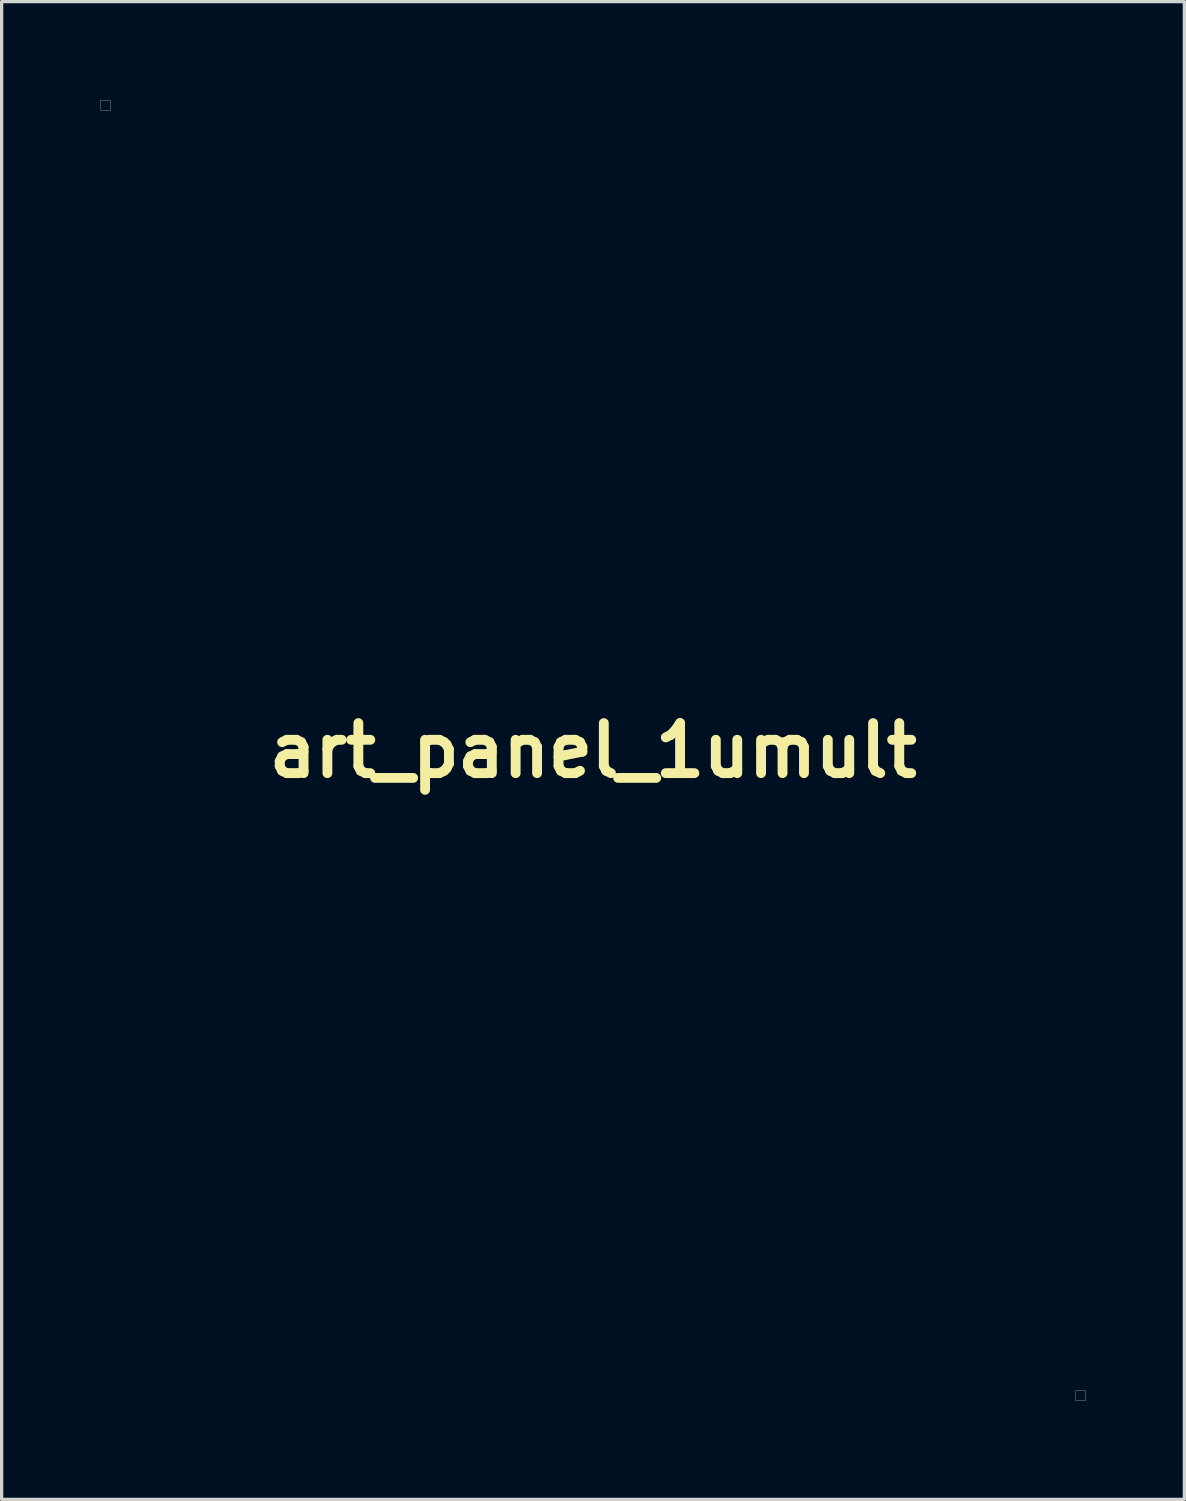
<source format=kicad_pcb>
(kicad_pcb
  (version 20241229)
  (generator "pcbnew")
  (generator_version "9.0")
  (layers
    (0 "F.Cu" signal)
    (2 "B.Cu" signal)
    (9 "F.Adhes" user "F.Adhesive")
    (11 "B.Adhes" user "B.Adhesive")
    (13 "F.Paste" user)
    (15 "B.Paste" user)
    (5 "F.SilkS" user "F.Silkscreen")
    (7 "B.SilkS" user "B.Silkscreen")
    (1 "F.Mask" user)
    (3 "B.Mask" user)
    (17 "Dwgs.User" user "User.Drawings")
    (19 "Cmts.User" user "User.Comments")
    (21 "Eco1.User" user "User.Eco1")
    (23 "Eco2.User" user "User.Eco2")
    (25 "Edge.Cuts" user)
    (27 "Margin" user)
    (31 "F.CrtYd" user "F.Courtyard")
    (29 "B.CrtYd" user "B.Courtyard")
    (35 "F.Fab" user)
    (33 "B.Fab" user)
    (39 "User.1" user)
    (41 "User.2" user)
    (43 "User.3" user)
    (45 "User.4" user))
  (footprint "art_panel_1umult"
    (layer "F.Cu")
    (at 15.012 19.806)
    (property "Reference" "art_panel_1umult" (at 0 0 0) (layer "F.SilkS") (effects (font (size 1.524 1.524) (thickness 0.3))))
    (attr through_hole)
    (fp_poly (pts (xy 6.42 -18.126) (xy 6.439 -18.104) (xy 6.447 -18.077) (xy 6.448 -18.055) (xy 6.445 -18.021) (xy 6.433 -17.997) (xy 6.42 -17.984) (xy 6.391 -17.96) (xy 5.673 -17.96) (xy 5.672 -16.809) (xy 5.672 -16.628) (xy 5.672 -16.467) (xy 5.672 -16.324) (xy 5.672 -16.199) (xy 5.672 -16.09) (xy 5.671 -15.997) (xy 5.671 -15.917) (xy 5.67 -15.85) (xy 5.669 -15.795) (xy 5.668 -15.749) (xy 5.667 -15.713) (xy 5.665 -15.685) (xy 5.663 -15.663) (xy 5.661 -15.646) (xy 5.659 -15.634) (xy 5.656 -15.625) (xy 5.653 -15.617) (xy 5.653 -15.616) (xy 5.622 -15.567) (xy 5.581 -15.527) (xy 5.542 -15.505) (xy 5.5 -15.496) (xy 5.451 -15.495) (xy 5.405 -15.502) (xy 5.382 -15.511) (xy 5.327 -15.549) (xy 5.287 -15.601) (xy 5.28 -15.616) (xy 5.277 -15.623) (xy 5.274 -15.632) (xy 5.272 -15.644) (xy 5.27 -15.659) (xy 5.268 -15.68) (xy 5.266 -15.708) (xy 5.265 -15.743) (xy 5.264 -15.786) (xy 5.263 -15.84) (xy 5.262 -15.905) (xy 5.261 -15.982) (xy 5.261 -16.074) (xy 5.261 -16.18) (xy 5.26 -16.302) (xy 5.26 -16.441) (xy 5.26 -16.599) (xy 5.26 -16.777) (xy 5.26 -16.809) (xy 5.26 -17.96) (xy 4.9 -17.96) (xy 4.539 -17.96) (xy 4.513 -17.986) (xy 4.494 -18.015) (xy 4.487 -18.052) (xy 4.487 -18.055) (xy 4.493 -18.093) (xy 4.511 -18.122) (xy 4.513 -18.124) (xy 4.539 -18.15) (xy 6.391 -18.15) (xy 6.42 -18.126)) (stroke (width 0.01) (type solid)) (fill yes) (layer "F.Mask"))
    (fp_poly (pts (xy 3.659 -18.14) (xy 3.709 -18.117) (xy 3.752 -18.081) (xy 3.785 -18.032) (xy 3.799 -17.991) (xy 3.801 -17.972) (xy 3.802 -17.931) (xy 3.804 -17.87) (xy 3.805 -17.789) (xy 3.807 -17.687) (xy 3.808 -17.566) (xy 3.808 -17.425) (xy 3.809 -17.264) (xy 3.809 -17.084) (xy 3.81 -16.886) (xy 3.81 -16.814) (xy 3.81 -15.684) (xy 4.338 -15.684) (xy 4.442 -15.684) (xy 4.541 -15.684) (xy 4.63 -15.683) (xy 4.71 -15.683) (xy 4.777 -15.682) (xy 4.83 -15.681) (xy 4.866 -15.679) (xy 4.883 -15.678) (xy 4.884 -15.678) (xy 4.902 -15.662) (xy 4.919 -15.634) (xy 4.93 -15.604) (xy 4.932 -15.59) (xy 4.924 -15.552) (xy 4.902 -15.52) (xy 4.883 -15.506) (xy 4.866 -15.503) (xy 4.83 -15.501) (xy 4.778 -15.499) (xy 4.711 -15.497) (xy 4.633 -15.495) (xy 4.544 -15.494) (xy 4.448 -15.494) (xy 4.346 -15.493) (xy 4.241 -15.493) (xy 4.135 -15.494) (xy 4.031 -15.494) (xy 3.931 -15.495) (xy 3.836 -15.496) (xy 3.749 -15.498) (xy 3.673 -15.5) (xy 3.61 -15.502) (xy 3.561 -15.504) (xy 3.53 -15.507) (xy 3.519 -15.509) (xy 3.489 -15.526) (xy 3.459 -15.549) (xy 3.458 -15.551) (xy 3.448 -15.559) (xy 3.44 -15.567) (xy 3.433 -15.575) (xy 3.426 -15.584) (xy 3.421 -15.597) (xy 3.416 -15.613) (xy 3.412 -15.635) (xy 3.408 -15.662) (xy 3.405 -15.698) (xy 3.403 -15.742) (xy 3.401 -15.796) (xy 3.4 -15.861) (xy 3.399 -15.938) (xy 3.398 -16.029) (xy 3.398 -16.134) (xy 3.397 -16.256) (xy 3.397 -16.394) (xy 3.397 -16.55) (xy 3.397 -16.726) (xy 3.397 -16.824) (xy 3.397 -17.996) (xy 3.42 -18.042) (xy 3.454 -18.092) (xy 3.499 -18.126) (xy 3.55 -18.145) (xy 3.605 -18.15) (xy 3.659 -18.14)) (stroke (width 0.01) (type solid)) (fill yes) (layer "F.Mask"))
    (fp_poly (pts (xy 0.009 1.589) (xy 0.033 1.608) (xy 0.073 1.64) (xy 0.127 1.684) (xy 0.195 1.74) (xy 0.277 1.806) (xy 0.371 1.882) (xy 0.477 1.969) (xy 0.595 2.065) (xy 0.724 2.17) (xy 0.863 2.284) (xy 1.011 2.405) (xy 1.169 2.534) (xy 1.335 2.67) (xy 1.509 2.812) (xy 1.69 2.96) (xy 1.878 3.114) (xy 2.072 3.272) (xy 2.271 3.435) (xy 2.475 3.602) (xy 2.677 3.768) (xy 5.346 5.953) (xy 5.305 5.989) (xy 5.257 6.031) (xy 5.201 6.079) (xy 5.139 6.13) (xy 5.076 6.183) (xy 5.012 6.235) (xy 4.95 6.285) (xy 4.893 6.33) (xy 4.842 6.369) (xy 4.801 6.401) (xy 4.771 6.422) (xy 4.755 6.432) (xy 4.746 6.425) (xy 4.721 6.406) (xy 4.682 6.375) (xy 4.627 6.331) (xy 4.559 6.277) (xy 4.478 6.211) (xy 4.384 6.135) (xy 4.279 6.05) (xy 4.162 5.955) (xy 4.035 5.852) (xy 3.898 5.74) (xy 3.751 5.621) (xy 3.596 5.495) (xy 3.434 5.362) (xy 3.263 5.223) (xy 3.087 5.079) (xy 2.904 4.929) (xy 2.716 4.775) (xy 2.523 4.618) (xy 2.371 4.494) (xy -0.000082 2.551) (xy -2.371 4.493) (xy -2.566 4.653) (xy -2.758 4.81) (xy -2.945 4.963) (xy -3.126 5.112) (xy -3.302 5.255) (xy -3.47 5.393) (xy -3.631 5.524) (xy -3.784 5.649) (xy -3.928 5.767) (xy -4.062 5.877) (xy -4.187 5.978) (xy -4.301 6.071) (xy -4.403 6.155) (xy -4.494 6.228) (xy -4.572 6.292) (xy -4.636 6.344) (xy -4.687 6.385) (xy -4.723 6.414) (xy -4.744 6.431) (xy -4.749 6.435) (xy -4.76 6.429) (xy -4.784 6.411) (xy -4.819 6.386) (xy -4.862 6.354) (xy -4.89 6.332) (xy -4.96 6.277) (xy -5.039 6.213) (xy -5.121 6.146) (xy -5.201 6.079) (xy -5.272 6.018) (xy -5.305 5.989) (xy -5.346 5.953) (xy -2.677 3.768) (xy -2.469 3.597) (xy -2.265 3.43) (xy -2.066 3.267) (xy -1.873 3.109) (xy -1.685 2.956) (xy -1.504 2.808) (xy -1.33 2.665) (xy -1.164 2.53) (xy -1.007 2.401) (xy -0.859 2.28) (xy -0.72 2.167) (xy -0.592 2.062) (xy -0.474 1.966) (xy -0.368 1.88) (xy -0.274 1.804) (xy -0.193 1.738) (xy -0.126 1.683) (xy -0.072 1.639) (xy -0.032 1.608) (xy -0.008 1.588) (xy -0.000112 1.582) (xy 0.009 1.589)) (stroke (width 0.01) (type solid)) (fill yes) (layer "F.Mask"))
    (fp_poly (pts (xy 2.977 -18.148) (xy 3.019 -18.136) (xy 3.065 -18.107) (xy 3.102 -18.062) (xy 3.128 -18.007) (xy 3.133 -17.99) (xy 3.135 -17.971) (xy 3.137 -17.94) (xy 3.139 -17.896) (xy 3.14 -17.837) (xy 3.141 -17.763) (xy 3.142 -17.672) (xy 3.142 -17.564) (xy 3.142 -17.437) (xy 3.142 -17.291) (xy 3.141 -17.15) (xy 3.137 -16.367) (xy 3.108 -16.261) (xy 3.058 -16.113) (xy 2.991 -15.978) (xy 2.907 -15.855) (xy 2.808 -15.747) (xy 2.694 -15.653) (xy 2.567 -15.574) (xy 2.426 -15.512) (xy 2.353 -15.488) (xy 2.273 -15.47) (xy 2.18 -15.458) (xy 2.081 -15.454) (xy 1.984 -15.456) (xy 1.895 -15.465) (xy 1.862 -15.472) (xy 1.717 -15.514) (xy 1.581 -15.574) (xy 1.457 -15.652) (xy 1.345 -15.745) (xy 1.247 -15.854) (xy 1.163 -15.977) (xy 1.094 -16.112) (xy 1.051 -16.23) (xy 1.022 -16.325) (xy 1.015 -17.994) (xy 1.038 -18.041) (xy 1.072 -18.091) (xy 1.118 -18.125) (xy 1.17 -18.144) (xy 1.226 -18.149) (xy 1.282 -18.139) (xy 1.334 -18.114) (xy 1.379 -18.075) (xy 1.411 -18.024) (xy 1.414 -18.011) (xy 1.416 -17.984) (xy 1.418 -17.942) (xy 1.42 -17.883) (xy 1.422 -17.808) (xy 1.424 -17.716) (xy 1.425 -17.605) (xy 1.427 -17.476) (xy 1.428 -17.327) (xy 1.429 -17.157) (xy 1.429 -17.15) (xy 1.43 -16.997) (xy 1.431 -16.863) (xy 1.432 -16.747) (xy 1.433 -16.648) (xy 1.434 -16.564) (xy 1.435 -16.493) (xy 1.436 -16.435) (xy 1.438 -16.388) (xy 1.439 -16.35) (xy 1.441 -16.319) (xy 1.444 -16.295) (xy 1.446 -16.276) (xy 1.449 -16.26) (xy 1.453 -16.245) (xy 1.457 -16.231) (xy 1.459 -16.226) (xy 1.496 -16.117) (xy 1.539 -16.023) (xy 1.583 -15.947) (xy 1.631 -15.878) (xy 1.679 -15.823) (xy 1.732 -15.776) (xy 1.778 -15.742) (xy 1.875 -15.689) (xy 1.973 -15.656) (xy 2.071 -15.645) (xy 2.17 -15.655) (xy 2.269 -15.686) (xy 2.303 -15.702) (xy 2.394 -15.758) (xy 2.478 -15.832) (xy 2.553 -15.922) (xy 2.616 -16.026) (xy 2.666 -16.141) (xy 2.669 -16.15) (xy 2.679 -16.178) (xy 2.687 -16.203) (xy 2.694 -16.227) (xy 2.701 -16.252) (xy 2.706 -16.279) (xy 2.71 -16.31) (xy 2.714 -16.346) (xy 2.717 -16.389) (xy 2.72 -16.44) (xy 2.722 -16.502) (xy 2.724 -16.575) (xy 2.725 -16.661) (xy 2.726 -16.763) (xy 2.727 -16.88) (xy 2.728 -17.015) (xy 2.729 -17.17) (xy 2.73 -17.183) (xy 2.736 -18.02) (xy 2.764 -18.063) (xy 2.804 -18.105) (xy 2.857 -18.134) (xy 2.916 -18.149) (xy 2.977 -18.148)) (stroke (width 0.01) (type solid)) (fill yes) (layer "F.Mask"))
    (fp_poly (pts (xy 0.619 -18.139) (xy 0.67 -18.115) (xy 0.713 -18.076) (xy 0.744 -18.026) (xy 0.751 -18.005) (xy 0.753 -17.988) (xy 0.754 -17.951) (xy 0.756 -17.897) (xy 0.757 -17.827) (xy 0.758 -17.743) (xy 0.759 -17.645) (xy 0.76 -17.537) (xy 0.761 -17.42) (xy 0.761 -17.294) (xy 0.762 -17.163) (xy 0.762 -17.028) (xy 0.762 -16.89) (xy 0.762 -16.752) (xy 0.762 -16.614) (xy 0.762 -16.479) (xy 0.761 -16.348) (xy 0.761 -16.223) (xy 0.76 -16.105) (xy 0.759 -15.997) (xy 0.758 -15.9) (xy 0.757 -15.816) (xy 0.756 -15.746) (xy 0.754 -15.692) (xy 0.753 -15.656) (xy 0.751 -15.64) (xy 0.726 -15.585) (xy 0.687 -15.543) (xy 0.639 -15.514) (xy 0.584 -15.498) (xy 0.527 -15.497) (xy 0.472 -15.51) (xy 0.422 -15.539) (xy 0.383 -15.582) (xy 0.355 -15.625) (xy 0.349 -16.612) (xy 0.344 -17.6) (xy 0.149 -17.264) (xy 0.095 -17.171) (xy 0.033 -17.065) (xy -0.033 -16.951) (xy -0.101 -16.834) (xy -0.166 -16.721) (xy -0.228 -16.615) (xy -0.258 -16.563) (xy -0.305 -16.482) (xy -0.349 -16.406) (xy -0.39 -16.337) (xy -0.425 -16.277) (xy -0.455 -16.229) (xy -0.476 -16.194) (xy -0.489 -16.175) (xy -0.491 -16.173) (xy -0.538 -16.135) (xy -0.594 -16.114) (xy -0.654 -16.108) (xy -0.712 -16.12) (xy -0.765 -16.148) (xy -0.785 -16.165) (xy -0.794 -16.178) (xy -0.814 -16.209) (xy -0.842 -16.255) (xy -0.877 -16.314) (xy -0.92 -16.386) (xy -0.969 -16.469) (xy -1.023 -16.561) (xy -1.081 -16.661) (xy -1.142 -16.768) (xy -1.203 -16.872) (xy -1.593 -17.551) (xy -1.603 -15.534) (xy -1.628 -15.514) (xy -1.665 -15.497) (xy -1.707 -15.495) (xy -1.746 -15.507) (xy -1.763 -15.52) (xy -1.789 -15.546) (xy -1.789 -17.996) (xy -1.766 -18.042) (xy -1.731 -18.091) (xy -1.682 -18.127) (xy -1.622 -18.146) (xy -1.608 -18.148) (xy -1.553 -18.146) (xy -1.499 -18.131) (xy -1.455 -18.106) (xy -1.442 -18.095) (xy -1.434 -18.082) (xy -1.415 -18.052) (xy -1.388 -18.007) (xy -1.353 -17.948) (xy -1.311 -17.876) (xy -1.262 -17.792) (xy -1.207 -17.699) (xy -1.148 -17.597) (xy -1.085 -17.488) (xy -1.018 -17.373) (xy -0.978 -17.304) (xy -0.911 -17.186) (xy -0.846 -17.074) (xy -0.785 -16.969) (xy -0.728 -16.871) (xy -0.677 -16.783) (xy -0.632 -16.705) (xy -0.593 -16.639) (xy -0.563 -16.587) (xy -0.541 -16.549) (xy -0.528 -16.528) (xy -0.525 -16.523) (xy -0.52 -16.525) (xy -0.51 -16.537) (xy -0.494 -16.559) (xy -0.473 -16.592) (xy -0.444 -16.638) (xy -0.409 -16.697) (xy -0.366 -16.769) (xy -0.315 -16.856) (xy -0.255 -16.959) (xy -0.185 -17.078) (xy -0.106 -17.214) (xy -0.069 -17.28) (xy -0.000234 -17.398) (xy 0.066 -17.512) (xy 0.128 -17.619) (xy 0.187 -17.719) (xy 0.24 -17.81) (xy 0.288 -17.89) (xy 0.328 -17.959) (xy 0.362 -18.014) (xy 0.387 -18.055) (xy 0.403 -18.079) (xy 0.407 -18.086) (xy 0.453 -18.124) (xy 0.507 -18.145) (xy 0.563 -18.15) (xy 0.619 -18.139)) (stroke (width 0.01) (type solid)) (fill yes) (layer "F.Mask"))
    (fp_poly (pts (xy -2.378 -4.502) (xy -2.182 -4.341) (xy -1.99 -4.185) (xy -1.803 -4.032) (xy -1.622 -3.883) (xy -1.447 -3.74) (xy -1.278 -3.602) (xy -1.118 -3.471) (xy -0.965 -3.346) (xy -0.821 -3.228) (xy -0.686 -3.119) (xy -0.562 -3.017) (xy -0.448 -2.924) (xy -0.346 -2.841) (xy -0.255 -2.767) (xy -0.177 -2.704) (xy -0.113 -2.651) (xy -0.062 -2.61) (xy -0.026 -2.581) (xy -0.005 -2.565) (xy -0.000096 -2.561) (xy 0.009 -2.568) (xy 0.033 -2.587) (xy 0.073 -2.619) (xy 0.127 -2.663) (xy 0.195 -2.718) (xy 0.275 -2.784) (xy 0.369 -2.86) (xy 0.474 -2.946) (xy 0.591 -3.04) (xy 0.718 -3.144) (xy 0.854 -3.256) (xy 1.001 -3.375) (xy 1.155 -3.502) (xy 1.318 -3.635) (xy 1.488 -3.774) (xy 1.665 -3.918) (xy 1.847 -4.068) (xy 2.035 -4.222) (xy 2.228 -4.38) (xy 2.377 -4.502) (xy 4.747 -6.443) (xy 4.793 -6.41) (xy 4.826 -6.385) (xy 4.872 -6.35) (xy 4.926 -6.306) (xy 4.987 -6.258) (xy 5.05 -6.207) (xy 5.113 -6.156) (xy 5.17 -6.108) (xy 5.22 -6.066) (xy 5.252 -6.039) (xy 5.345 -5.958) (xy 5.284 -5.907) (xy 5.223 -5.857) (xy 5.15 -5.796) (xy 5.064 -5.726) (xy 4.967 -5.646) (xy 4.858 -5.557) (xy 4.74 -5.46) (xy 4.612 -5.355) (xy 4.476 -5.243) (xy 4.332 -5.125) (xy 4.181 -5.001) (xy 4.023 -4.872) (xy 3.86 -4.739) (xy 3.692 -4.601) (xy 3.52 -4.46) (xy 3.344 -4.316) (xy 3.166 -4.171) (xy 2.985 -4.023) (xy 2.804 -3.875) (xy 2.622 -3.726) (xy 2.44 -3.578) (xy 2.259 -3.43) (xy 2.08 -3.284) (xy 1.904 -3.14) (xy 1.731 -2.998) (xy 1.562 -2.86) (xy 1.397 -2.726) (xy 1.238 -2.596) (xy 1.085 -2.471) (xy 0.939 -2.352) (xy 0.801 -2.24) (xy 0.671 -2.134) (xy 0.55 -2.036) (xy 0.44 -1.945) (xy 0.339 -1.864) (xy 0.251 -1.792) (xy 0.174 -1.73) (xy 0.11 -1.678) (xy 0.06 -1.637) (xy 0.024 -1.609) (xy 0.003 -1.592) (xy -0.002 -1.588) (xy -0.012 -1.595) (xy -0.037 -1.614) (xy -0.076 -1.646) (xy -0.131 -1.69) (xy -0.199 -1.745) (xy -0.28 -1.811) (xy -0.374 -1.887) (xy -0.479 -1.973) (xy -0.596 -2.068) (xy -0.723 -2.172) (xy -0.86 -2.283) (xy -1.006 -2.403) (xy -1.161 -2.529) (xy -1.324 -2.662) (xy -1.494 -2.801) (xy -1.67 -2.945) (xy -1.853 -3.095) (xy -2.04 -3.249) (xy -2.233 -3.406) (xy -2.365 -3.515) (xy -2.564 -3.678) (xy -2.761 -3.839) (xy -2.955 -3.998) (xy -3.145 -4.154) (xy -3.33 -4.306) (xy -3.511 -4.454) (xy -3.685 -4.596) (xy -3.852 -4.733) (xy -4.011 -4.864) (xy -4.162 -4.988) (xy -4.304 -5.104) (xy -4.436 -5.213) (xy -4.558 -5.312) (xy -4.668 -5.402) (xy -4.765 -5.482) (xy -4.85 -5.552) (xy -4.921 -5.61) (xy -4.977 -5.656) (xy -5.018 -5.689) (xy -5.03 -5.699) (xy -5.345 -5.957) (xy -5.252 -6.039) (xy -5.211 -6.074) (xy -5.16 -6.117) (xy -5.101 -6.166) (xy -5.038 -6.217) (xy -4.975 -6.268) (xy -4.915 -6.315) (xy -4.862 -6.357) (xy -4.818 -6.391) (xy -4.793 -6.41) (xy -4.747 -6.443) (xy -2.378 -4.502)) (stroke (width 0.01) (type solid)) (fill yes) (layer "F.Mask"))
    (fp_poly (pts (xy -6.931 -3.97) (xy -6.907 -3.95) (xy -6.867 -3.918) (xy -6.813 -3.874) (xy -6.745 -3.819) (xy -6.664 -3.753) (xy -6.571 -3.676) (xy -6.465 -3.59) (xy -6.349 -3.495) (xy -6.221 -3.391) (xy -6.084 -3.279) (xy -5.938 -3.159) (xy -5.782 -3.032) (xy -5.619 -2.898) (xy -5.448 -2.758) (xy -5.271 -2.613) (xy -5.087 -2.463) (xy -4.898 -2.308) (xy -4.704 -2.149) (xy -4.509 -1.99) (xy -2.086 -0.005) (xy -2.109 0.017) (xy -2.12 0.026) (xy -2.146 0.048) (xy -2.187 0.082) (xy -2.241 0.127) (xy -2.309 0.183) (xy -2.389 0.249) (xy -2.481 0.324) (xy -2.583 0.408) (xy -2.695 0.5) (xy -2.816 0.599) (xy -2.945 0.705) (xy -3.082 0.817) (xy -3.225 0.935) (xy -3.374 1.057) (xy -3.528 1.183) (xy -3.662 1.292) (xy -3.835 1.434) (xy -4.013 1.58) (xy -4.195 1.729) (xy -4.378 1.879) (xy -4.562 2.03) (xy -4.745 2.179) (xy -4.925 2.327) (xy -5.101 2.471) (xy -5.271 2.61) (xy -5.434 2.743) (xy -5.587 2.869) (xy -5.731 2.986) (xy -5.862 3.094) (xy -5.98 3.191) (xy -6.067 3.262) (xy -6.942 3.979) (xy -6.99 3.897) (xy -7.014 3.855) (xy -7.042 3.803) (xy -7.073 3.744) (xy -7.105 3.681) (xy -7.138 3.617) (xy -7.169 3.554) (xy -7.198 3.495) (xy -7.222 3.443) (xy -7.241 3.402) (xy -7.254 3.373) (xy -7.257 3.359) (xy -7.257 3.359) (xy -7.249 3.352) (xy -7.224 3.331) (xy -7.185 3.299) (xy -7.132 3.255) (xy -7.064 3.199) (xy -6.984 3.133) (xy -6.892 3.057) (xy -6.788 2.972) (xy -6.674 2.878) (xy -6.549 2.776) (xy -6.415 2.666) (xy -6.272 2.549) (xy -6.121 2.425) (xy -5.963 2.295) (xy -5.798 2.16) (xy -5.628 2.021) (xy -5.452 1.877) (xy -5.271 1.729) (xy -5.209 1.677) (xy -5.027 1.529) (xy -4.849 1.383) (xy -4.677 1.242) (xy -4.51 1.105) (xy -4.35 0.974) (xy -4.197 0.848) (xy -4.052 0.729) (xy -3.915 0.617) (xy -3.788 0.512) (xy -3.67 0.415) (xy -3.563 0.327) (xy -3.467 0.248) (xy -3.383 0.178) (xy -3.312 0.12) (xy -3.255 0.072) (xy -3.211 0.035) (xy -3.182 0.011) (xy -3.169 -0.001) (xy -3.168 -0.002) (xy -3.176 -0.01) (xy -3.2 -0.03) (xy -3.239 -0.062) (xy -3.292 -0.106) (xy -3.359 -0.161) (xy -3.439 -0.227) (xy -3.531 -0.303) (xy -3.634 -0.388) (xy -3.748 -0.482) (xy -3.873 -0.584) (xy -4.006 -0.694) (xy -4.149 -0.811) (xy -4.299 -0.934) (xy -4.457 -1.064) (xy -4.622 -1.198) (xy -4.792 -1.338) (xy -4.968 -1.482) (xy -5.148 -1.63) (xy -5.207 -1.678) (xy -5.389 -1.827) (xy -5.566 -1.972) (xy -5.738 -2.113) (xy -5.905 -2.25) (xy -6.065 -2.381) (xy -6.219 -2.507) (xy -6.364 -2.626) (xy -6.501 -2.739) (xy -6.629 -2.844) (xy -6.747 -2.941) (xy -6.855 -3.029) (xy -6.951 -3.108) (xy -7.035 -3.178) (xy -7.107 -3.237) (xy -7.165 -3.285) (xy -7.209 -3.321) (xy -7.238 -3.346) (xy -7.252 -3.358) (xy -7.253 -3.359) (xy -7.252 -3.374) (xy -7.241 -3.406) (xy -7.22 -3.454) (xy -7.19 -3.517) (xy -7.186 -3.525) (xy -7.147 -3.603) (xy -7.108 -3.679) (xy -7.07 -3.751) (xy -7.035 -3.817) (xy -7.003 -3.875) (xy -6.977 -3.922) (xy -6.956 -3.955) (xy -6.944 -3.974) (xy -6.94 -3.977) (xy -6.931 -3.97)) (stroke (width 0.01) (type solid)) (fill yes) (layer "F.Mask"))
    (fp_poly (pts (xy 6.95 -3.97) (xy 6.965 -3.945) (xy 6.987 -3.906) (xy 7.014 -3.857) (xy 7.045 -3.799) (xy 7.078 -3.735) (xy 7.113 -3.669) (xy 7.147 -3.603) (xy 7.179 -3.539) (xy 7.186 -3.525) (xy 7.218 -3.46) (xy 7.239 -3.41) (xy 7.252 -3.376) (xy 7.254 -3.36) (xy 7.253 -3.359) (xy 7.245 -3.351) (xy 7.22 -3.33) (xy 7.18 -3.298) (xy 7.127 -3.253) (xy 7.059 -3.197) (xy 6.979 -3.131) (xy 6.886 -3.055) (xy 6.782 -2.97) (xy 6.668 -2.875) (xy 6.543 -2.773) (xy 6.408 -2.663) (xy 6.266 -2.545) (xy 6.115 -2.422) (xy 5.956 -2.292) (xy 5.792 -2.157) (xy 5.621 -2.017) (xy 5.445 -1.873) (xy 5.265 -1.725) (xy 5.207 -1.678) (xy 5.025 -1.529) (xy 4.848 -1.384) (xy 4.676 -1.243) (xy 4.51 -1.106) (xy 4.349 -0.975) (xy 4.197 -0.85) (xy 4.051 -0.731) (xy 3.915 -0.618) (xy 3.787 -0.514) (xy 3.67 -0.417) (xy 3.563 -0.329) (xy 3.467 -0.25) (xy 3.383 -0.181) (xy 3.312 -0.123) (xy 3.254 -0.075) (xy 3.211 -0.039) (xy 3.182 -0.015) (xy 3.169 -0.003) (xy 3.168 -0.002) (xy 3.176 0.005) (xy 3.199 0.025) (xy 3.238 0.058) (xy 3.291 0.102) (xy 3.357 0.157) (xy 3.437 0.222) (xy 3.528 0.298) (xy 3.631 0.383) (xy 3.745 0.477) (xy 3.87 0.579) (xy 4.003 0.689) (xy 4.146 0.806) (xy 4.296 0.93) (xy 4.454 1.059) (xy 4.618 1.194) (xy 4.789 1.334) (xy 4.964 1.478) (xy 5.145 1.625) (xy 5.209 1.677) (xy 5.39 1.826) (xy 5.568 1.972) (xy 5.74 2.113) (xy 5.907 2.25) (xy 6.068 2.381) (xy 6.221 2.507) (xy 6.367 2.626) (xy 6.504 2.739) (xy 6.632 2.844) (xy 6.75 2.94) (xy 6.857 3.029) (xy 6.954 3.108) (xy 7.038 3.177) (xy 7.109 3.236) (xy 7.168 3.284) (xy 7.212 3.32) (xy 7.241 3.345) (xy 7.255 3.357) (xy 7.256 3.358) (xy 7.254 3.37) (xy 7.243 3.398) (xy 7.224 3.44) (xy 7.2 3.491) (xy 7.171 3.55) (xy 7.14 3.614) (xy 7.107 3.68) (xy 7.073 3.745) (xy 7.041 3.806) (xy 7.011 3.86) (xy 6.986 3.906) (xy 6.965 3.939) (xy 6.954 3.956) (xy 6.952 3.957) (xy 6.949 3.958) (xy 6.944 3.957) (xy 6.938 3.954) (xy 6.928 3.949) (xy 6.915 3.941) (xy 6.898 3.929) (xy 6.877 3.914) (xy 6.851 3.894) (xy 6.82 3.87) (xy 6.783 3.841) (xy 6.739 3.806) (xy 6.687 3.765) (xy 6.629 3.718) (xy 6.561 3.664) (xy 6.486 3.603) (xy 6.4 3.534) (xy 6.305 3.456) (xy 6.2 3.37) (xy 6.083 3.275) (xy 5.955 3.171) (xy 5.815 3.056) (xy 5.662 2.931) (xy 5.496 2.795) (xy 5.316 2.648) (xy 5.122 2.489) (xy 4.913 2.318) (xy 4.689 2.134) (xy 4.514 1.991) (xy 4.316 1.828) (xy 4.123 1.669) (xy 3.934 1.514) (xy 3.75 1.364) (xy 3.573 1.219) (xy 3.403 1.079) (xy 3.24 0.945) (xy 3.085 0.818) (xy 2.939 0.698) (xy 2.803 0.585) (xy 2.676 0.481) (xy 2.56 0.385) (xy 2.456 0.299) (xy 2.363 0.222) (xy 2.283 0.156) (xy 2.216 0.101) (xy 2.163 0.056) (xy 2.124 0.024) (xy 2.101 0.004) (xy 2.093 -0.003) (xy 2.101 -0.01) (xy 2.125 -0.03) (xy 2.164 -0.063) (xy 2.216 -0.106) (xy 2.282 -0.161) (xy 2.361 -0.225) (xy 2.451 -0.3) (xy 2.552 -0.383) (xy 2.663 -0.474) (xy 2.784 -0.573) (xy 2.913 -0.68) (xy 3.05 -0.792) (xy 3.194 -0.911) (xy 3.345 -1.034) (xy 3.5 -1.162) (xy 3.661 -1.294) (xy 3.826 -1.429) (xy 3.993 -1.566) (xy 4.163 -1.706) (xy 4.335 -1.846) (xy 4.507 -1.988) (xy 4.68 -2.129) (xy 4.852 -2.27) (xy 5.022 -2.41) (xy 5.19 -2.547) (xy 5.355 -2.682) (xy 5.516 -2.814) (xy 5.672 -2.942) (xy 5.824 -3.066) (xy 5.968 -3.185) (xy 6.106 -3.298) (xy 6.237 -3.404) (xy 6.358 -3.504) (xy 6.471 -3.595) (xy 6.573 -3.679) (xy 6.665 -3.754) (xy 6.745 -3.819) (xy 6.812 -3.874) (xy 6.866 -3.918) (xy 6.907 -3.951) (xy 6.932 -3.971) (xy 6.943 -3.979) (xy 6.943 -3.979) (xy 6.95 -3.97)) (stroke (width 0.01) (type solid)) (fill yes) (layer "F.Mask"))
    (fp_poly (pts (xy 11.994 -18.442) (xy 12.024 -18.429) (xy 12.065 -18.408) (xy 12.117 -18.382) (xy 12.174 -18.353) (xy 12.235 -18.321) (xy 12.296 -18.288) (xy 12.354 -18.257) (xy 12.407 -18.228) (xy 12.451 -18.203) (xy 12.467 -18.193) (xy 12.598 -18.112) (xy 12.712 -18.036) (xy 12.813 -17.962) (xy 12.904 -17.889) (xy 12.989 -17.812) (xy 13.005 -17.797) (xy 13.092 -17.706) (xy 13.159 -17.618) (xy 13.207 -17.534) (xy 13.237 -17.451) (xy 13.249 -17.368) (xy 13.248 -17.326) (xy 13.243 -17.273) (xy 13.233 -17.232) (xy 13.215 -17.193) (xy 13.213 -17.189) (xy 13.175 -17.133) (xy 13.121 -17.077) (xy 13.056 -17.023) (xy 12.986 -16.978) (xy 12.983 -16.976) (xy 12.908 -16.94) (xy 12.816 -16.905) (xy 12.709 -16.872) (xy 12.592 -16.84) (xy 12.468 -16.813) (xy 12.341 -16.789) (xy 12.232 -16.774) (xy 12.13 -16.761) (xy 12.124 -16.686) (xy 12.123 -16.654) (xy 12.121 -16.606) (xy 12.118 -16.544) (xy 12.116 -16.472) (xy 12.114 -16.394) (xy 12.113 -16.325) (xy 12.11 -16.189) (xy 12.107 -16.059) (xy 12.103 -15.935) (xy 12.099 -15.819) (xy 12.095 -15.712) (xy 12.092 -15.617) (xy 12.088 -15.535) (xy 12.084 -15.468) (xy 12.08 -15.417) (xy 12.076 -15.383) (xy 12.073 -15.37) (xy 12.055 -15.359) (xy 12.04 -15.357) (xy 12.024 -15.362) (xy 11.993 -15.375) (xy 11.948 -15.394) (xy 11.894 -15.42) (xy 11.832 -15.449) (xy 11.795 -15.467) (xy 11.653 -15.539) (xy 11.529 -15.606) (xy 11.419 -15.67) (xy 11.322 -15.734) (xy 11.234 -15.797) (xy 11.152 -15.864) (xy 11.075 -15.935) (xy 11.044 -15.965) (xy 10.98 -16.031) (xy 10.931 -16.089) (xy 10.894 -16.142) (xy 10.867 -16.193) (xy 10.848 -16.246) (xy 10.841 -16.27) (xy 10.83 -16.355) (xy 10.831 -16.364) (xy 11.009 -16.364) (xy 11.011 -16.302) (xy 11.035 -16.235) (xy 11.05 -16.208) (xy 11.095 -16.143) (xy 11.158 -16.071) (xy 11.234 -15.994) (xy 11.323 -15.916) (xy 11.421 -15.837) (xy 11.525 -15.761) (xy 11.563 -15.735) (xy 11.603 -15.709) (xy 11.652 -15.678) (xy 11.706 -15.644) (xy 11.763 -15.61) (xy 11.82 -15.576) (xy 11.872 -15.545) (xy 11.918 -15.519) (xy 11.955 -15.499) (xy 11.978 -15.487) (xy 11.985 -15.484) (xy 11.988 -15.494) (xy 11.99 -15.521) (xy 11.99 -15.564) (xy 11.988 -15.618) (xy 11.988 -15.618) (xy 11.986 -15.657) (xy 11.984 -15.715) (xy 11.981 -15.787) (xy 11.979 -15.872) (xy 11.976 -15.967) (xy 11.973 -16.068) (xy 11.97 -16.174) (xy 11.968 -16.247) (xy 11.955 -16.741) (xy 11.918 -16.736) (xy 11.742 -16.709) (xy 11.583 -16.679) (xy 11.443 -16.646) (xy 11.322 -16.61) (xy 11.22 -16.571) (xy 11.139 -16.529) (xy 11.124 -16.52) (xy 11.065 -16.473) (xy 11.027 -16.421) (xy 11.009 -16.364) (xy 10.831 -16.364) (xy 10.84 -16.436) (xy 10.871 -16.513) (xy 10.922 -16.586) (xy 10.959 -16.625) (xy 11.033 -16.683) (xy 11.127 -16.737) (xy 11.24 -16.786) (xy 11.374 -16.831) (xy 11.528 -16.873) (xy 11.536 -16.875) (xy 11.579 -16.884) (xy 11.632 -16.895) (xy 11.692 -16.906) (xy 11.755 -16.917) (xy 11.814 -16.927) (xy 11.867 -16.936) (xy 11.909 -16.941) (xy 11.934 -16.944) (xy 11.935 -16.944) (xy 11.938 -16.948) (xy 11.94 -16.96) (xy 11.941 -16.965) (xy 12.131 -16.965) (xy 12.164 -16.97) (xy 12.187 -16.974) (xy 12.226 -16.98) (xy 12.275 -16.988) (xy 12.329 -16.997) (xy 12.33 -16.997) (xy 12.464 -17.022) (xy 12.589 -17.052) (xy 12.703 -17.086) (xy 12.803 -17.123) (xy 12.889 -17.163) (xy 12.957 -17.206) (xy 13.008 -17.249) (xy 13.026 -17.272) (xy 13.041 -17.299) (xy 13.047 -17.326) (xy 13.047 -17.363) (xy 13.047 -17.37) (xy 13.043 -17.404) (xy 13.034 -17.434) (xy 13.017 -17.466) (xy 12.992 -17.504) (xy 12.928 -17.585) (xy 12.844 -17.67) (xy 12.739 -17.76) (xy 12.614 -17.853) (xy 12.51 -17.923) (xy 12.46 -17.956) (xy 12.404 -17.99) (xy 12.348 -18.024) (xy 12.293 -18.056) (xy 12.243 -18.084) (xy 12.2 -18.107) (xy 12.167 -18.124) (xy 12.147 -18.132) (xy 12.143 -18.132) (xy 12.142 -18.12) (xy 12.142 -18.089) (xy 12.141 -18.041) (xy 12.14 -17.977) (xy 12.139 -17.9) (xy 12.138 -17.812) (xy 12.137 -17.714) (xy 12.136 -17.609) (xy 12.136 -17.544) (xy 12.131 -16.965) (xy 11.941 -16.965) (xy 11.942 -16.982) (xy 11.943 -17.015) (xy 11.944 -17.061) (xy 11.945 -17.119) (xy 11.945 -17.193) (xy 11.945 -17.283) (xy 11.944 -17.39) (xy 11.943 -17.515) (xy 11.942 -17.66) (xy 11.942 -17.677) (xy 11.94 -17.82) (xy 11.939 -17.943) (xy 11.938 -18.048) (xy 11.938 -18.136) (xy 11.938 -18.209) (xy 11.938 -18.268) (xy 11.939 -18.315) (xy 11.94 -18.352) (xy 11.941 -18.379) (xy 11.943 -18.399) (xy 11.945 -18.412) (xy 11.948 -18.421) (xy 11.951 -18.426) (xy 11.953 -18.428) (xy 11.971 -18.443) (xy 11.981 -18.447) (xy 11.994 -18.442)) (stroke (width 0.01) (type solid)) (fill yes) (layer "F.Mask"))
    (fp_poly (pts (xy 5.985 -5.311) (xy 6.007 -5.287) (xy 6.038 -5.252) (xy 6.076 -5.208) (xy 6.119 -5.156) (xy 6.166 -5.1) (xy 6.214 -5.042) (xy 6.261 -4.983) (xy 6.306 -4.928) (xy 6.345 -4.877) (xy 6.362 -4.856) (xy 6.399 -4.807) (xy 6.425 -4.772) (xy 6.44 -4.748) (xy 6.448 -4.732) (xy 6.448 -4.722) (xy 6.443 -4.715) (xy 6.439 -4.711) (xy 6.374 -4.658) (xy 6.296 -4.595) (xy 6.206 -4.521) (xy 6.105 -4.438) (xy 5.993 -4.347) (xy 5.87 -4.247) (xy 5.739 -4.139) (xy 5.598 -4.024) (xy 5.45 -3.902) (xy 5.294 -3.775) (xy 5.132 -3.642) (xy 4.964 -3.504) (xy 4.791 -3.362) (xy 4.613 -3.217) (xy 4.432 -3.068) (xy 4.247 -2.916) (xy 4.06 -2.763) (xy 3.872 -2.609) (xy 3.683 -2.453) (xy 3.493 -2.298) (xy 3.304 -2.143) (xy 3.117 -1.988) (xy 2.931 -1.836) (xy 2.747 -1.685) (xy 2.568 -1.537) (xy 2.392 -1.393) (xy 2.22 -1.252) (xy 2.055 -1.116) (xy 1.895 -0.985) (xy 1.743 -0.859) (xy 1.597 -0.74) (xy 1.461 -0.627) (xy 1.333 -0.522) (xy 1.215 -0.425) (xy 1.107 -0.336) (xy 1.01 -0.256) (xy 0.925 -0.186) (xy 0.853 -0.126) (xy 0.794 -0.077) (xy 0.748 -0.039) (xy 0.718 -0.014) (xy 0.702 -0.001) (xy 0.701 0.001) (xy 0.709 0.008) (xy 0.733 0.028) (xy 0.773 0.061) (xy 0.826 0.106) (xy 0.894 0.162) (xy 0.976 0.229) (xy 1.07 0.306) (xy 1.177 0.394) (xy 1.295 0.491) (xy 1.424 0.597) (xy 1.564 0.712) (xy 1.714 0.835) (xy 1.873 0.965) (xy 2.04 1.103) (xy 2.216 1.247) (xy 2.4 1.398) (xy 2.59 1.554) (xy 2.787 1.715) (xy 2.99 1.881) (xy 3.197 2.052) (xy 3.41 2.226) (xy 3.561 2.35) (xy 3.777 2.526) (xy 3.988 2.699) (xy 4.195 2.869) (xy 4.396 3.034) (xy 4.592 3.194) (xy 4.781 3.349) (xy 4.963 3.498) (xy 5.137 3.64) (xy 5.303 3.776) (xy 5.46 3.905) (xy 5.607 4.026) (xy 5.745 4.139) (xy 5.872 4.243) (xy 5.987 4.338) (xy 6.091 4.423) (xy 6.183 4.498) (xy 6.261 4.563) (xy 6.326 4.616) (xy 6.377 4.658) (xy 6.412 4.687) (xy 6.433 4.704) (xy 6.438 4.708) (xy 6.444 4.716) (xy 6.447 4.726) (xy 6.442 4.739) (xy 6.43 4.759) (xy 6.409 4.79) (xy 6.376 4.833) (xy 6.364 4.849) (xy 6.313 4.914) (xy 6.251 4.992) (xy 6.181 5.079) (xy 6.104 5.171) (xy 6.023 5.267) (xy 6 5.294) (xy 5.972 5.327) (xy 2.986 2.88) (xy -0.000054 0.434) (xy -2.984 2.879) (xy -3.204 3.059) (xy -3.42 3.236) (xy -3.631 3.409) (xy -3.837 3.577) (xy -4.037 3.741) (xy -4.23 3.899) (xy -4.416 4.052) (xy -4.595 4.198) (xy -4.765 4.338) (xy -4.927 4.47) (xy -5.079 4.594) (xy -5.222 4.711) (xy -5.353 4.819) (xy -5.474 4.917) (xy -5.583 5.007) (xy -5.68 5.086) (xy -5.764 5.154) (xy -5.834 5.212) (xy -5.891 5.258) (xy -5.933 5.292) (xy -5.96 5.314) (xy -5.971 5.323) (xy -5.971 5.323) (xy -5.979 5.316) (xy -5.997 5.296) (xy -6.024 5.266) (xy -6.05 5.236) (xy -6.175 5.088) (xy -6.289 4.946) (xy -6.365 4.847) (xy -6.401 4.8) (xy -6.425 4.766) (xy -6.44 4.744) (xy -6.446 4.729) (xy -6.446 4.719) (xy -6.44 4.711) (xy -6.438 4.708) (xy -6.428 4.7) (xy -6.403 4.68) (xy -6.362 4.646) (xy -6.307 4.601) (xy -6.238 4.544) (xy -6.156 4.476) (xy -6.06 4.398) (xy -5.953 4.31) (xy -5.833 4.212) (xy -5.703 4.105) (xy -5.562 3.989) (xy -5.412 3.866) (xy -5.252 3.735) (xy -5.083 3.597) (xy -4.907 3.452) (xy -4.723 3.301) (xy -4.532 3.144) (xy -4.334 2.983) (xy -4.131 2.816) (xy -3.923 2.646) (xy -3.71 2.472) (xy -3.561 2.35) (xy -3.346 2.173) (xy -3.135 2) (xy -2.928 1.831) (xy -2.727 1.666) (xy -2.533 1.507) (xy -2.344 1.352) (xy -2.163 1.203) (xy -1.989 1.061) (xy -1.824 0.926) (xy -1.668 0.797) (xy -1.521 0.677) (xy -1.384 0.565) (xy -1.258 0.461) (xy -1.143 0.367) (xy -1.041 0.282) (xy -0.95 0.207) (xy -0.873 0.144) (xy -0.809 0.091) (xy -0.759 0.05) (xy -0.724 0.021) (xy -0.705 0.005) (xy -0.701 0.001) (xy -0.709 -0.006) (xy -0.732 -0.026) (xy -0.771 -0.058) (xy -0.824 -0.102) (xy -0.89 -0.157) (xy -0.969 -0.222) (xy -1.06 -0.298) (xy -1.163 -0.382) (xy -1.277 -0.476) (xy -1.4 -0.578) (xy -1.533 -0.687) (xy -1.675 -0.803) (xy -1.824 -0.926) (xy -1.98 -1.055) (xy -2.144 -1.189) (xy -2.312 -1.328) (xy -2.486 -1.471) (xy -2.665 -1.617) (xy -2.847 -1.767) (xy -3.032 -1.919) (xy -3.219 -2.072) (xy -3.408 -2.227) (xy -3.597 -2.383) (xy -3.787 -2.539) (xy -3.976 -2.694) (xy -4.164 -2.848) (xy -4.35 -3.001) (xy -4.534 -3.151) (xy -4.713 -3.299) (xy -4.889 -3.443) (xy -5.06 -3.583) (xy -5.226 -3.719) (xy -5.385 -3.85) (xy -5.538 -3.974) (xy -5.683 -4.093) (xy -5.819 -4.205) (xy -5.947 -4.309) (xy -6.065 -4.406) (xy -6.172 -4.493) (xy -6.268 -4.572) (xy -6.353 -4.641) (xy -6.424 -4.699) (xy -6.439 -4.711) (xy -6.446 -4.718) (xy -6.449 -4.726) (xy -6.446 -4.738) (xy -6.435 -4.757) (xy -6.415 -4.786) (xy -6.384 -4.826) (xy -6.362 -4.856) (xy -6.325 -4.904) (xy -6.282 -4.957) (xy -6.236 -5.015) (xy -6.188 -5.073) (xy -6.141 -5.131) (xy -6.095 -5.185) (xy -6.055 -5.233) (xy -6.02 -5.272) (xy -5.994 -5.302) (xy -5.978 -5.318) (xy -5.974 -5.32) (xy -5.965 -5.314) (xy -5.941 -5.294) (xy -5.901 -5.262) (xy -5.846 -5.219) (xy -5.778 -5.163) (xy -5.696 -5.097) (xy -5.601 -5.02) (xy -5.494 -4.933) (xy -5.374 -4.836) (xy -5.244 -4.73) (xy -5.103 -4.615) (xy -4.953 -4.492) (xy -4.792 -4.361) (xy -4.623 -4.223) (xy -4.446 -4.078) (xy -4.261 -3.927) (xy -4.068 -3.77) (xy -3.87 -3.607) (xy -3.665 -3.44) (xy -3.455 -3.268) (xy -3.24 -3.092) (xy -3.02 -2.912) (xy -2.986 -2.884) (xy -2.766 -2.704) (xy -2.551 -2.527) (xy -2.34 -2.354) (xy -2.134 -2.186) (xy -1.934 -2.023) (xy -1.741 -1.864) (xy -1.555 -1.712) (xy -1.376 -1.566) (xy -1.206 -1.427) (xy -1.044 -1.295) (xy -0.892 -1.17) (xy -0.75 -1.054) (xy -0.618 -0.947) (xy -0.497 -0.848) (xy -0.388 -0.759) (xy -0.292 -0.68) (xy -0.208 -0.612) (xy -0.137 -0.555) (xy -0.08 -0.509) (xy -0.038 -0.475) (xy -0.012 -0.453) (xy -0.000371 -0.445) (xy -0.000079 -0.445) (xy 0.009 -0.451) (xy 0.033 -0.471) (xy 0.073 -0.503) (xy 0.127 -0.547) (xy 0.196 -0.602) (xy 0.278 -0.669) (xy 0.372 -0.746) (xy 0.48 -0.834) (xy 0.598 -0.931) (xy 0.729 -1.037) (xy 0.869 -1.152) (xy 1.02 -1.275) (xy 1.18 -1.406) (xy 1.349 -1.544) (xy 1.527 -1.689) (xy 1.712 -1.841) (xy 1.904 -1.998) (xy 2.103 -2.16) (xy 2.307 -2.328) (xy 2.517 -2.5) (xy 2.732 -2.676) (xy 2.952 -2.856) (xy 2.986 -2.884) (xy 3.206 -3.064) (xy 3.422 -3.241) (xy 3.633 -3.413) (xy 3.838 -3.582) (xy 4.038 -3.745) (xy 4.231 -3.903) (xy 4.418 -4.055) (xy 4.596 -4.201) (xy 4.767 -4.34) (xy 4.928 -4.472) (xy 5.081 -4.596) (xy 5.223 -4.713) (xy 5.355 -4.82) (xy 5.476 -4.918) (xy 5.585 -5.007) (xy 5.682 -5.086) (xy 5.766 -5.154) (xy 5.837 -5.211) (xy 5.893 -5.256) (xy 5.936 -5.29) (xy 5.963 -5.311) (xy 5.974 -5.32) (xy 5.974 -5.32) (xy 5.985 -5.311)) (stroke (width 0.01) (type solid)) (fill yes) (layer "F.Mask"))
    (fp_poly (pts (xy 14.851 19.497) (xy 15.002 19.5) (xy 15.002 19.796) (xy 14.851 19.799) (xy 14.7 19.802) (xy 14.7 19.494) (xy 14.851 19.497)) (stroke (width 0.01) (type solid)) (fill no) (layer "Dwgs.User"))
    (fp_poly (pts (xy -14.7 -19.494) (xy -14.847 -19.494) (xy -14.9 -19.495) (xy -14.946 -19.496) (xy -14.98 -19.498) (xy -14.998 -19.501) (xy -15 -19.502) (xy -15.003 -19.514) (xy -15.005 -19.544) (xy -15.006 -19.587) (xy -15.007 -19.638) (xy -15.007 -19.655) (xy -15.007 -19.801) (xy -14.7 -19.801) (xy -14.7 -19.494)) (stroke (width 0.01) (type solid)) (fill no) (layer "Dwgs.User")))
  (gr_rect
    (start -3 -3)
    (end 33.019 42.613)
    (stroke (width 0.1) (type default))
    (fill no)
    (layer "Edge.Cuts")))
</source>
